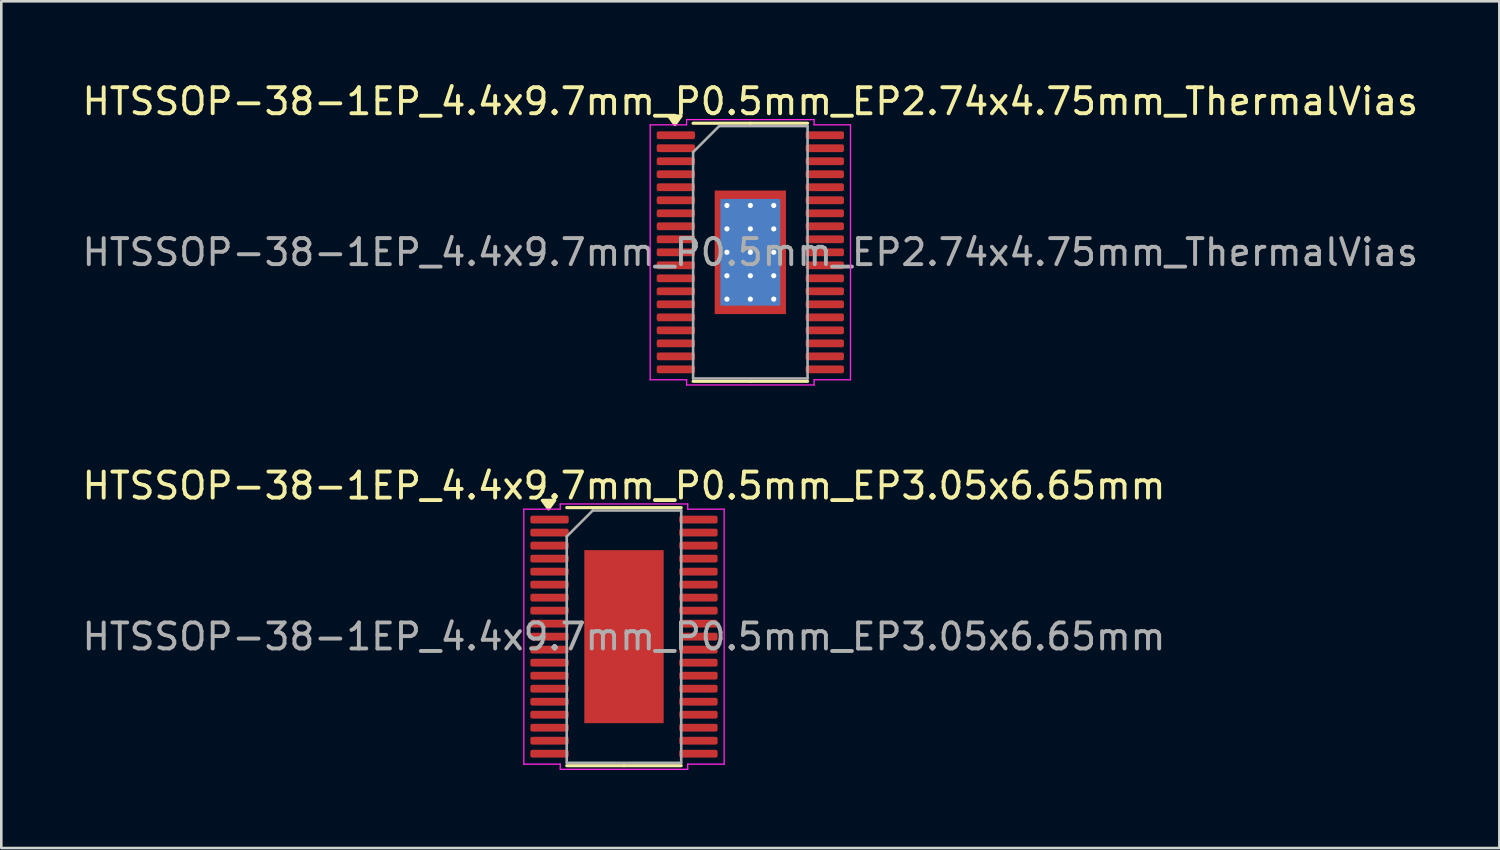
<source format=kicad_pcb>
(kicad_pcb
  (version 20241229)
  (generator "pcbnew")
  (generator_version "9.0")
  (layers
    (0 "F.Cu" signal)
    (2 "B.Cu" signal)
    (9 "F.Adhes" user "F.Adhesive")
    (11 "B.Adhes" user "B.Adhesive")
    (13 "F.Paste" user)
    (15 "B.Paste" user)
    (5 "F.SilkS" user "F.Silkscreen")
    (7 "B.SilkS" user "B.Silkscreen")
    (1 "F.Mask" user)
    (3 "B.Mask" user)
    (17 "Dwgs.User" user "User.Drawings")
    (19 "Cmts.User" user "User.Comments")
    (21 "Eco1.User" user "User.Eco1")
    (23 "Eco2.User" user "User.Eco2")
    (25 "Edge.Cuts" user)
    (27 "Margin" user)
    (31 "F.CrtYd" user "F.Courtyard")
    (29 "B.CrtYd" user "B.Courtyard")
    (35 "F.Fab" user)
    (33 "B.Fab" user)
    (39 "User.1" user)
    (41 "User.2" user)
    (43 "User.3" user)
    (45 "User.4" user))
  (footprint "HTSSOP-38-1EP_4.4x9.7mm_P0.5mm_EP2.74x4.75mm_ThermalVias"
    (layer "F.Cu")
    (at 25.792 6.648)
    (property "Reference" "HTSSOP-38-1EP_4.4x9.7mm_P0.5mm_EP2.74x4.75mm_ThermalVias" (at 0 -5.8 0) (layer "F.SilkS") (effects (font (size 1 1) (thickness 0.15))))
    (attr smd)
    (fp_line (start 0 -4.96) (end -2.2 -4.96) (stroke (width 0.12) (type solid)) (layer "F.SilkS"))
    (fp_line (start 0 -4.96) (end 2.2 -4.96) (stroke (width 0.12) (type solid)) (layer "F.SilkS"))
    (fp_line (start 0 4.96) (end -2.2 4.96) (stroke (width 0.12) (type solid)) (layer "F.SilkS"))
    (fp_line (start 0 4.96) (end 2.2 4.96) (stroke (width 0.12) (type solid)) (layer "F.SilkS"))
    (fp_poly (pts (xy -2.9 -4.91) (xy -3.14 -5.24) (xy -2.66 -5.24)) (stroke (width 0.12) (type solid)) (fill yes) (layer "F.SilkS"))
    (fp_line (start -3.85 -4.9) (end -2.45 -4.9) (stroke (width 0.05) (type solid)) (layer "F.CrtYd"))
    (fp_line (start -3.85 4.9) (end -3.85 -4.9) (stroke (width 0.05) (type solid)) (layer "F.CrtYd"))
    (fp_line (start -2.45 -5.1) (end 2.45 -5.1) (stroke (width 0.05) (type solid)) (layer "F.CrtYd"))
    (fp_line (start -2.45 -4.9) (end -2.45 -5.1) (stroke (width 0.05) (type solid)) (layer "F.CrtYd"))
    (fp_line (start -2.45 4.9) (end -3.85 4.9) (stroke (width 0.05) (type solid)) (layer "F.CrtYd"))
    (fp_line (start -2.45 5.1) (end -2.45 4.9) (stroke (width 0.05) (type solid)) (layer "F.CrtYd"))
    (fp_line (start 2.45 -5.1) (end 2.45 -4.9) (stroke (width 0.05) (type solid)) (layer "F.CrtYd"))
    (fp_line (start 2.45 -4.9) (end 3.85 -4.9) (stroke (width 0.05) (type solid)) (layer "F.CrtYd"))
    (fp_line (start 2.45 4.9) (end 2.45 5.1) (stroke (width 0.05) (type solid)) (layer "F.CrtYd"))
    (fp_line (start 2.45 5.1) (end -2.45 5.1) (stroke (width 0.05) (type solid)) (layer "F.CrtYd"))
    (fp_line (start 3.85 -4.9) (end 3.85 4.9) (stroke (width 0.05) (type solid)) (layer "F.CrtYd"))
    (fp_line (start 3.85 4.9) (end 2.45 4.9) (stroke (width 0.05) (type solid)) (layer "F.CrtYd"))
    (fp_line (start -2.2 -3.85) (end -1.2 -4.85) (stroke (width 0.1) (type solid)) (layer "F.Fab"))
    (fp_line (start -2.2 4.85) (end -2.2 -3.85) (stroke (width 0.1) (type solid)) (layer "F.Fab"))
    (fp_line (start -1.2 -4.85) (end 2.2 -4.85) (stroke (width 0.1) (type solid)) (layer "F.Fab"))
    (fp_line (start 2.2 -4.85) (end 2.2 4.85) (stroke (width 0.1) (type solid)) (layer "F.Fab"))
    (fp_line (start 2.2 4.85) (end -2.2 4.85) (stroke (width 0.1) (type solid)) (layer "F.Fab"))
    (fp_text user "${REFERENCE}" (at 0 0 0) (layer "F.Fab") (effects (font (size 1 1) (thickness 0.15))))
    (pad "" smd roundrect (at -0.685 -1.58) (size 1.1 1.28) (layers "F.Paste") (roundrect_rratio 0.227))
    (pad "" smd roundrect (at -0.685 0) (size 1.1 1.28) (layers "F.Paste") (roundrect_rratio 0.227))
    (pad "" smd roundrect (at -0.685 1.58) (size 1.1 1.28) (layers "F.Paste") (roundrect_rratio 0.227))
    (pad "" smd roundrect (at 0.685 -1.58) (size 1.1 1.28) (layers "F.Paste") (roundrect_rratio 0.227))
    (pad "" smd roundrect (at 0.685 0) (size 1.1 1.28) (layers "F.Paste") (roundrect_rratio 0.227))
    (pad "" smd roundrect (at 0.685 1.58) (size 1.1 1.28) (layers "F.Paste") (roundrect_rratio 0.227))
    (pad "1" smd roundrect (at -2.862 -4.5) (size 1.475 0.3) (layers "F.Cu" "F.Mask" "F.Paste") (roundrect_rratio 0.25))
    (pad "2" smd roundrect (at -2.862 -4) (size 1.475 0.3) (layers "F.Cu" "F.Mask" "F.Paste") (roundrect_rratio 0.25))
    (pad "3" smd roundrect (at -2.862 -3.5) (size 1.475 0.3) (layers "F.Cu" "F.Mask" "F.Paste") (roundrect_rratio 0.25))
    (pad "4" smd roundrect (at -2.862 -3) (size 1.475 0.3) (layers "F.Cu" "F.Mask" "F.Paste") (roundrect_rratio 0.25))
    (pad "5" smd roundrect (at -2.862 -2.5) (size 1.475 0.3) (layers "F.Cu" "F.Mask" "F.Paste") (roundrect_rratio 0.25))
    (pad "6" smd roundrect (at -2.862 -2) (size 1.475 0.3) (layers "F.Cu" "F.Mask" "F.Paste") (roundrect_rratio 0.25))
    (pad "7" smd roundrect (at -2.862 -1.5) (size 1.475 0.3) (layers "F.Cu" "F.Mask" "F.Paste") (roundrect_rratio 0.25))
    (pad "8" smd roundrect (at -2.862 -1) (size 1.475 0.3) (layers "F.Cu" "F.Mask" "F.Paste") (roundrect_rratio 0.25))
    (pad "9" smd roundrect (at -2.862 -0.5) (size 1.475 0.3) (layers "F.Cu" "F.Mask" "F.Paste") (roundrect_rratio 0.25))
    (pad "10" smd roundrect (at -2.862 0) (size 1.475 0.3) (layers "F.Cu" "F.Mask" "F.Paste") (roundrect_rratio 0.25))
    (pad "11" smd roundrect (at -2.862 0.5) (size 1.475 0.3) (layers "F.Cu" "F.Mask" "F.Paste") (roundrect_rratio 0.25))
    (pad "12" smd roundrect (at -2.862 1) (size 1.475 0.3) (layers "F.Cu" "F.Mask" "F.Paste") (roundrect_rratio 0.25))
    (pad "13" smd roundrect (at -2.862 1.5) (size 1.475 0.3) (layers "F.Cu" "F.Mask" "F.Paste") (roundrect_rratio 0.25))
    (pad "14" smd roundrect (at -2.862 2) (size 1.475 0.3) (layers "F.Cu" "F.Mask" "F.Paste") (roundrect_rratio 0.25))
    (pad "15" smd roundrect (at -2.862 2.5) (size 1.475 0.3) (layers "F.Cu" "F.Mask" "F.Paste") (roundrect_rratio 0.25))
    (pad "16" smd roundrect (at -2.862 3) (size 1.475 0.3) (layers "F.Cu" "F.Mask" "F.Paste") (roundrect_rratio 0.25))
    (pad "17" smd roundrect (at -2.862 3.5) (size 1.475 0.3) (layers "F.Cu" "F.Mask" "F.Paste") (roundrect_rratio 0.25))
    (pad "18" smd roundrect (at -2.862 4) (size 1.475 0.3) (layers "F.Cu" "F.Mask" "F.Paste") (roundrect_rratio 0.25))
    (pad "19" smd roundrect (at -2.862 4.5) (size 1.475 0.3) (layers "F.Cu" "F.Mask" "F.Paste") (roundrect_rratio 0.25))
    (pad "20" smd roundrect (at 2.862 4.5) (size 1.475 0.3) (layers "F.Cu" "F.Mask" "F.Paste") (roundrect_rratio 0.25))
    (pad "21" smd roundrect (at 2.862 4) (size 1.475 0.3) (layers "F.Cu" "F.Mask" "F.Paste") (roundrect_rratio 0.25))
    (pad "22" smd roundrect (at 2.862 3.5) (size 1.475 0.3) (layers "F.Cu" "F.Mask" "F.Paste") (roundrect_rratio 0.25))
    (pad "23" smd roundrect (at 2.862 3) (size 1.475 0.3) (layers "F.Cu" "F.Mask" "F.Paste") (roundrect_rratio 0.25))
    (pad "24" smd roundrect (at 2.862 2.5) (size 1.475 0.3) (layers "F.Cu" "F.Mask" "F.Paste") (roundrect_rratio 0.25))
    (pad "25" smd roundrect (at 2.862 2) (size 1.475 0.3) (layers "F.Cu" "F.Mask" "F.Paste") (roundrect_rratio 0.25))
    (pad "26" smd roundrect (at 2.862 1.5) (size 1.475 0.3) (layers "F.Cu" "F.Mask" "F.Paste") (roundrect_rratio 0.25))
    (pad "27" smd roundrect (at 2.862 1) (size 1.475 0.3) (layers "F.Cu" "F.Mask" "F.Paste") (roundrect_rratio 0.25))
    (pad "28" smd roundrect (at 2.862 0.5) (size 1.475 0.3) (layers "F.Cu" "F.Mask" "F.Paste") (roundrect_rratio 0.25))
    (pad "29" smd roundrect (at 2.862 0) (size 1.475 0.3) (layers "F.Cu" "F.Mask" "F.Paste") (roundrect_rratio 0.25))
    (pad "30" smd roundrect (at 2.862 -0.5) (size 1.475 0.3) (layers "F.Cu" "F.Mask" "F.Paste") (roundrect_rratio 0.25))
    (pad "31" smd roundrect (at 2.862 -1) (size 1.475 0.3) (layers "F.Cu" "F.Mask" "F.Paste") (roundrect_rratio 0.25))
    (pad "32" smd roundrect (at 2.862 -1.5) (size 1.475 0.3) (layers "F.Cu" "F.Mask" "F.Paste") (roundrect_rratio 0.25))
    (pad "33" smd roundrect (at 2.862 -2) (size 1.475 0.3) (layers "F.Cu" "F.Mask" "F.Paste") (roundrect_rratio 0.25))
    (pad "34" smd roundrect (at 2.862 -2.5) (size 1.475 0.3) (layers "F.Cu" "F.Mask" "F.Paste") (roundrect_rratio 0.25))
    (pad "35" smd roundrect (at 2.862 -3) (size 1.475 0.3) (layers "F.Cu" "F.Mask" "F.Paste") (roundrect_rratio 0.25))
    (pad "36" smd roundrect (at 2.862 -3.5) (size 1.475 0.3) (layers "F.Cu" "F.Mask" "F.Paste") (roundrect_rratio 0.25))
    (pad "37" smd roundrect (at 2.862 -4) (size 1.475 0.3) (layers "F.Cu" "F.Mask" "F.Paste") (roundrect_rratio 0.25))
    (pad "38" smd roundrect (at 2.862 -4.5) (size 1.475 0.3) (layers "F.Cu" "F.Mask" "F.Paste") (roundrect_rratio 0.25))
    (pad "39" thru_hole circle (at -0.9 -1.8) (size 0.5 0.5) (drill 0.2) (property pad_prop_heatsink) (layers "*.Cu"))
    (pad "39" thru_hole circle (at -0.9 -0.9) (size 0.5 0.5) (drill 0.2) (property pad_prop_heatsink) (layers "*.Cu"))
    (pad "39" thru_hole circle (at -0.9 0) (size 0.5 0.5) (drill 0.2) (property pad_prop_heatsink) (layers "*.Cu"))
    (pad "39" thru_hole circle (at -0.9 0.9) (size 0.5 0.5) (drill 0.2) (property pad_prop_heatsink) (layers "*.Cu"))
    (pad "39" thru_hole circle (at -0.9 1.8) (size 0.5 0.5) (drill 0.2) (property pad_prop_heatsink) (layers "*.Cu"))
    (pad "39" thru_hole circle (at 0 -1.8) (size 0.5 0.5) (drill 0.2) (property pad_prop_heatsink) (layers "*.Cu"))
    (pad "39" thru_hole circle (at 0 -0.9) (size 0.5 0.5) (drill 0.2) (property pad_prop_heatsink) (layers "*.Cu"))
    (pad "39" thru_hole circle (at 0 0) (size 0.5 0.5) (drill 0.2) (property pad_prop_heatsink) (layers "*.Cu"))
    (pad "39" smd rect (at 0 0) (size 2.3 4.1) (property pad_prop_heatsink) (layers "B.Cu"))
    (pad "39" smd rect (at 0 0) (size 2.74 4.75) (property pad_prop_heatsink) (layers "F.Cu" "F.Mask"))
    (pad "39" thru_hole circle (at 0 0.9) (size 0.5 0.5) (drill 0.2) (property pad_prop_heatsink) (layers "*.Cu"))
    (pad "39" thru_hole circle (at 0 1.8) (size 0.5 0.5) (drill 0.2) (property pad_prop_heatsink) (layers "*.Cu"))
    (pad "39" thru_hole circle (at 0.9 -1.8) (size 0.5 0.5) (drill 0.2) (property pad_prop_heatsink) (layers "*.Cu"))
    (pad "39" thru_hole circle (at 0.9 -0.9) (size 0.5 0.5) (drill 0.2) (property pad_prop_heatsink) (layers "*.Cu"))
    (pad "39" thru_hole circle (at 0.9 0) (size 0.5 0.5) (drill 0.2) (property pad_prop_heatsink) (layers "*.Cu"))
    (pad "39" thru_hole circle (at 0.9 0.9) (size 0.5 0.5) (drill 0.2) (property pad_prop_heatsink) (layers "*.Cu"))
    (pad "39" thru_hole circle (at 0.9 1.8) (size 0.5 0.5) (drill 0.2) (property pad_prop_heatsink) (layers "*.Cu")))
  (footprint "HTSSOP-38-1EP_4.4x9.7mm_P0.5mm_EP3.05x6.65mm"
    (layer "F.Cu")
    (at 20.935 21.422)
    (property "Reference" "HTSSOP-38-1EP_4.4x9.7mm_P0.5mm_EP3.05x6.65mm" (at 0 -5.8 0) (layer "F.SilkS") (effects (font (size 1 1) (thickness 0.15))))
    (attr smd)
    (fp_line (start 0 -4.96) (end -2.2 -4.96) (stroke (width 0.12) (type solid)) (layer "F.SilkS"))
    (fp_line (start 0 -4.96) (end 2.2 -4.96) (stroke (width 0.12) (type solid)) (layer "F.SilkS"))
    (fp_line (start 0 4.96) (end -2.2 4.96) (stroke (width 0.12) (type solid)) (layer "F.SilkS"))
    (fp_line (start 0 4.96) (end 2.2 4.96) (stroke (width 0.12) (type solid)) (layer "F.SilkS"))
    (fp_poly (pts (xy -2.9 -4.91) (xy -3.14 -5.24) (xy -2.66 -5.24)) (stroke (width 0.12) (type solid)) (fill yes) (layer "F.SilkS"))
    (fp_line (start -3.85 -4.9) (end -2.45 -4.9) (stroke (width 0.05) (type solid)) (layer "F.CrtYd"))
    (fp_line (start -3.85 4.9) (end -3.85 -4.9) (stroke (width 0.05) (type solid)) (layer "F.CrtYd"))
    (fp_line (start -2.45 -5.1) (end 2.45 -5.1) (stroke (width 0.05) (type solid)) (layer "F.CrtYd"))
    (fp_line (start -2.45 -4.9) (end -2.45 -5.1) (stroke (width 0.05) (type solid)) (layer "F.CrtYd"))
    (fp_line (start -2.45 4.9) (end -3.85 4.9) (stroke (width 0.05) (type solid)) (layer "F.CrtYd"))
    (fp_line (start -2.45 5.1) (end -2.45 4.9) (stroke (width 0.05) (type solid)) (layer "F.CrtYd"))
    (fp_line (start 2.45 -5.1) (end 2.45 -4.9) (stroke (width 0.05) (type solid)) (layer "F.CrtYd"))
    (fp_line (start 2.45 -4.9) (end 3.85 -4.9) (stroke (width 0.05) (type solid)) (layer "F.CrtYd"))
    (fp_line (start 2.45 4.9) (end 2.45 5.1) (stroke (width 0.05) (type solid)) (layer "F.CrtYd"))
    (fp_line (start 2.45 5.1) (end -2.45 5.1) (stroke (width 0.05) (type solid)) (layer "F.CrtYd"))
    (fp_line (start 3.85 -4.9) (end 3.85 4.9) (stroke (width 0.05) (type solid)) (layer "F.CrtYd"))
    (fp_line (start 3.85 4.9) (end 2.45 4.9) (stroke (width 0.05) (type solid)) (layer "F.CrtYd"))
    (fp_line (start -2.2 -3.85) (end -1.2 -4.85) (stroke (width 0.1) (type solid)) (layer "F.Fab"))
    (fp_line (start -2.2 4.85) (end -2.2 -3.85) (stroke (width 0.1) (type solid)) (layer "F.Fab"))
    (fp_line (start -1.2 -4.85) (end 2.2 -4.85) (stroke (width 0.1) (type solid)) (layer "F.Fab"))
    (fp_line (start 2.2 -4.85) (end 2.2 4.85) (stroke (width 0.1) (type solid)) (layer "F.Fab"))
    (fp_line (start 2.2 4.85) (end -2.2 4.85) (stroke (width 0.1) (type solid)) (layer "F.Fab"))
    (fp_text user "${REFERENCE}" (at 0 0 0) (layer "F.Fab") (effects (font (size 1 1) (thickness 0.15))))
    (pad "" smd roundrect (at -0.76 -2.49) (size 1.23 1.34) (layers "F.Paste") (roundrect_rratio 0.203))
    (pad "" smd roundrect (at -0.76 -0.83) (size 1.23 1.34) (layers "F.Paste") (roundrect_rratio 0.203))
    (pad "" smd roundrect (at -0.76 0.83) (size 1.23 1.34) (layers "F.Paste") (roundrect_rratio 0.203))
    (pad "" smd roundrect (at -0.76 2.49) (size 1.23 1.34) (layers "F.Paste") (roundrect_rratio 0.203))
    (pad "" smd roundrect (at 0.76 -2.49) (size 1.23 1.34) (layers "F.Paste") (roundrect_rratio 0.203))
    (pad "" smd roundrect (at 0.76 -0.83) (size 1.23 1.34) (layers "F.Paste") (roundrect_rratio 0.203))
    (pad "" smd roundrect (at 0.76 0.83) (size 1.23 1.34) (layers "F.Paste") (roundrect_rratio 0.203))
    (pad "" smd roundrect (at 0.76 2.49) (size 1.23 1.34) (layers "F.Paste") (roundrect_rratio 0.203))
    (pad "1" smd roundrect (at -2.862 -4.5) (size 1.475 0.3) (layers "F.Cu" "F.Mask" "F.Paste") (roundrect_rratio 0.25))
    (pad "2" smd roundrect (at -2.862 -4) (size 1.475 0.3) (layers "F.Cu" "F.Mask" "F.Paste") (roundrect_rratio 0.25))
    (pad "3" smd roundrect (at -2.862 -3.5) (size 1.475 0.3) (layers "F.Cu" "F.Mask" "F.Paste") (roundrect_rratio 0.25))
    (pad "4" smd roundrect (at -2.862 -3) (size 1.475 0.3) (layers "F.Cu" "F.Mask" "F.Paste") (roundrect_rratio 0.25))
    (pad "5" smd roundrect (at -2.862 -2.5) (size 1.475 0.3) (layers "F.Cu" "F.Mask" "F.Paste") (roundrect_rratio 0.25))
    (pad "6" smd roundrect (at -2.862 -2) (size 1.475 0.3) (layers "F.Cu" "F.Mask" "F.Paste") (roundrect_rratio 0.25))
    (pad "7" smd roundrect (at -2.862 -1.5) (size 1.475 0.3) (layers "F.Cu" "F.Mask" "F.Paste") (roundrect_rratio 0.25))
    (pad "8" smd roundrect (at -2.862 -1) (size 1.475 0.3) (layers "F.Cu" "F.Mask" "F.Paste") (roundrect_rratio 0.25))
    (pad "9" smd roundrect (at -2.862 -0.5) (size 1.475 0.3) (layers "F.Cu" "F.Mask" "F.Paste") (roundrect_rratio 0.25))
    (pad "10" smd roundrect (at -2.862 0) (size 1.475 0.3) (layers "F.Cu" "F.Mask" "F.Paste") (roundrect_rratio 0.25))
    (pad "11" smd roundrect (at -2.862 0.5) (size 1.475 0.3) (layers "F.Cu" "F.Mask" "F.Paste") (roundrect_rratio 0.25))
    (pad "12" smd roundrect (at -2.862 1) (size 1.475 0.3) (layers "F.Cu" "F.Mask" "F.Paste") (roundrect_rratio 0.25))
    (pad "13" smd roundrect (at -2.862 1.5) (size 1.475 0.3) (layers "F.Cu" "F.Mask" "F.Paste") (roundrect_rratio 0.25))
    (pad "14" smd roundrect (at -2.862 2) (size 1.475 0.3) (layers "F.Cu" "F.Mask" "F.Paste") (roundrect_rratio 0.25))
    (pad "15" smd roundrect (at -2.862 2.5) (size 1.475 0.3) (layers "F.Cu" "F.Mask" "F.Paste") (roundrect_rratio 0.25))
    (pad "16" smd roundrect (at -2.862 3) (size 1.475 0.3) (layers "F.Cu" "F.Mask" "F.Paste") (roundrect_rratio 0.25))
    (pad "17" smd roundrect (at -2.862 3.5) (size 1.475 0.3) (layers "F.Cu" "F.Mask" "F.Paste") (roundrect_rratio 0.25))
    (pad "18" smd roundrect (at -2.862 4) (size 1.475 0.3) (layers "F.Cu" "F.Mask" "F.Paste") (roundrect_rratio 0.25))
    (pad "19" smd roundrect (at -2.862 4.5) (size 1.475 0.3) (layers "F.Cu" "F.Mask" "F.Paste") (roundrect_rratio 0.25))
    (pad "20" smd roundrect (at 2.862 4.5) (size 1.475 0.3) (layers "F.Cu" "F.Mask" "F.Paste") (roundrect_rratio 0.25))
    (pad "21" smd roundrect (at 2.862 4) (size 1.475 0.3) (layers "F.Cu" "F.Mask" "F.Paste") (roundrect_rratio 0.25))
    (pad "22" smd roundrect (at 2.862 3.5) (size 1.475 0.3) (layers "F.Cu" "F.Mask" "F.Paste") (roundrect_rratio 0.25))
    (pad "23" smd roundrect (at 2.862 3) (size 1.475 0.3) (layers "F.Cu" "F.Mask" "F.Paste") (roundrect_rratio 0.25))
    (pad "24" smd roundrect (at 2.862 2.5) (size 1.475 0.3) (layers "F.Cu" "F.Mask" "F.Paste") (roundrect_rratio 0.25))
    (pad "25" smd roundrect (at 2.862 2) (size 1.475 0.3) (layers "F.Cu" "F.Mask" "F.Paste") (roundrect_rratio 0.25))
    (pad "26" smd roundrect (at 2.862 1.5) (size 1.475 0.3) (layers "F.Cu" "F.Mask" "F.Paste") (roundrect_rratio 0.25))
    (pad "27" smd roundrect (at 2.862 1) (size 1.475 0.3) (layers "F.Cu" "F.Mask" "F.Paste") (roundrect_rratio 0.25))
    (pad "28" smd roundrect (at 2.862 0.5) (size 1.475 0.3) (layers "F.Cu" "F.Mask" "F.Paste") (roundrect_rratio 0.25))
    (pad "29" smd roundrect (at 2.862 0) (size 1.475 0.3) (layers "F.Cu" "F.Mask" "F.Paste") (roundrect_rratio 0.25))
    (pad "30" smd roundrect (at 2.862 -0.5) (size 1.475 0.3) (layers "F.Cu" "F.Mask" "F.Paste") (roundrect_rratio 0.25))
    (pad "31" smd roundrect (at 2.862 -1) (size 1.475 0.3) (layers "F.Cu" "F.Mask" "F.Paste") (roundrect_rratio 0.25))
    (pad "32" smd roundrect (at 2.862 -1.5) (size 1.475 0.3) (layers "F.Cu" "F.Mask" "F.Paste") (roundrect_rratio 0.25))
    (pad "33" smd roundrect (at 2.862 -2) (size 1.475 0.3) (layers "F.Cu" "F.Mask" "F.Paste") (roundrect_rratio 0.25))
    (pad "34" smd roundrect (at 2.862 -2.5) (size 1.475 0.3) (layers "F.Cu" "F.Mask" "F.Paste") (roundrect_rratio 0.25))
    (pad "35" smd roundrect (at 2.862 -3) (size 1.475 0.3) (layers "F.Cu" "F.Mask" "F.Paste") (roundrect_rratio 0.25))
    (pad "36" smd roundrect (at 2.862 -3.5) (size 1.475 0.3) (layers "F.Cu" "F.Mask" "F.Paste") (roundrect_rratio 0.25))
    (pad "37" smd roundrect (at 2.862 -4) (size 1.475 0.3) (layers "F.Cu" "F.Mask" "F.Paste") (roundrect_rratio 0.25))
    (pad "38" smd roundrect (at 2.862 -4.5) (size 1.475 0.3) (layers "F.Cu" "F.Mask" "F.Paste") (roundrect_rratio 0.25))
    (pad "39" smd rect (at 0 0) (size 3.05 6.65) (property pad_prop_heatsink) (layers "F.Cu" "F.Mask")))
  (gr_rect
    (start -3 -3)
    (end 54.583 29.547)
    (stroke (width 0.1) (type default))
    (fill no)
    (layer "Edge.Cuts")))
</source>
